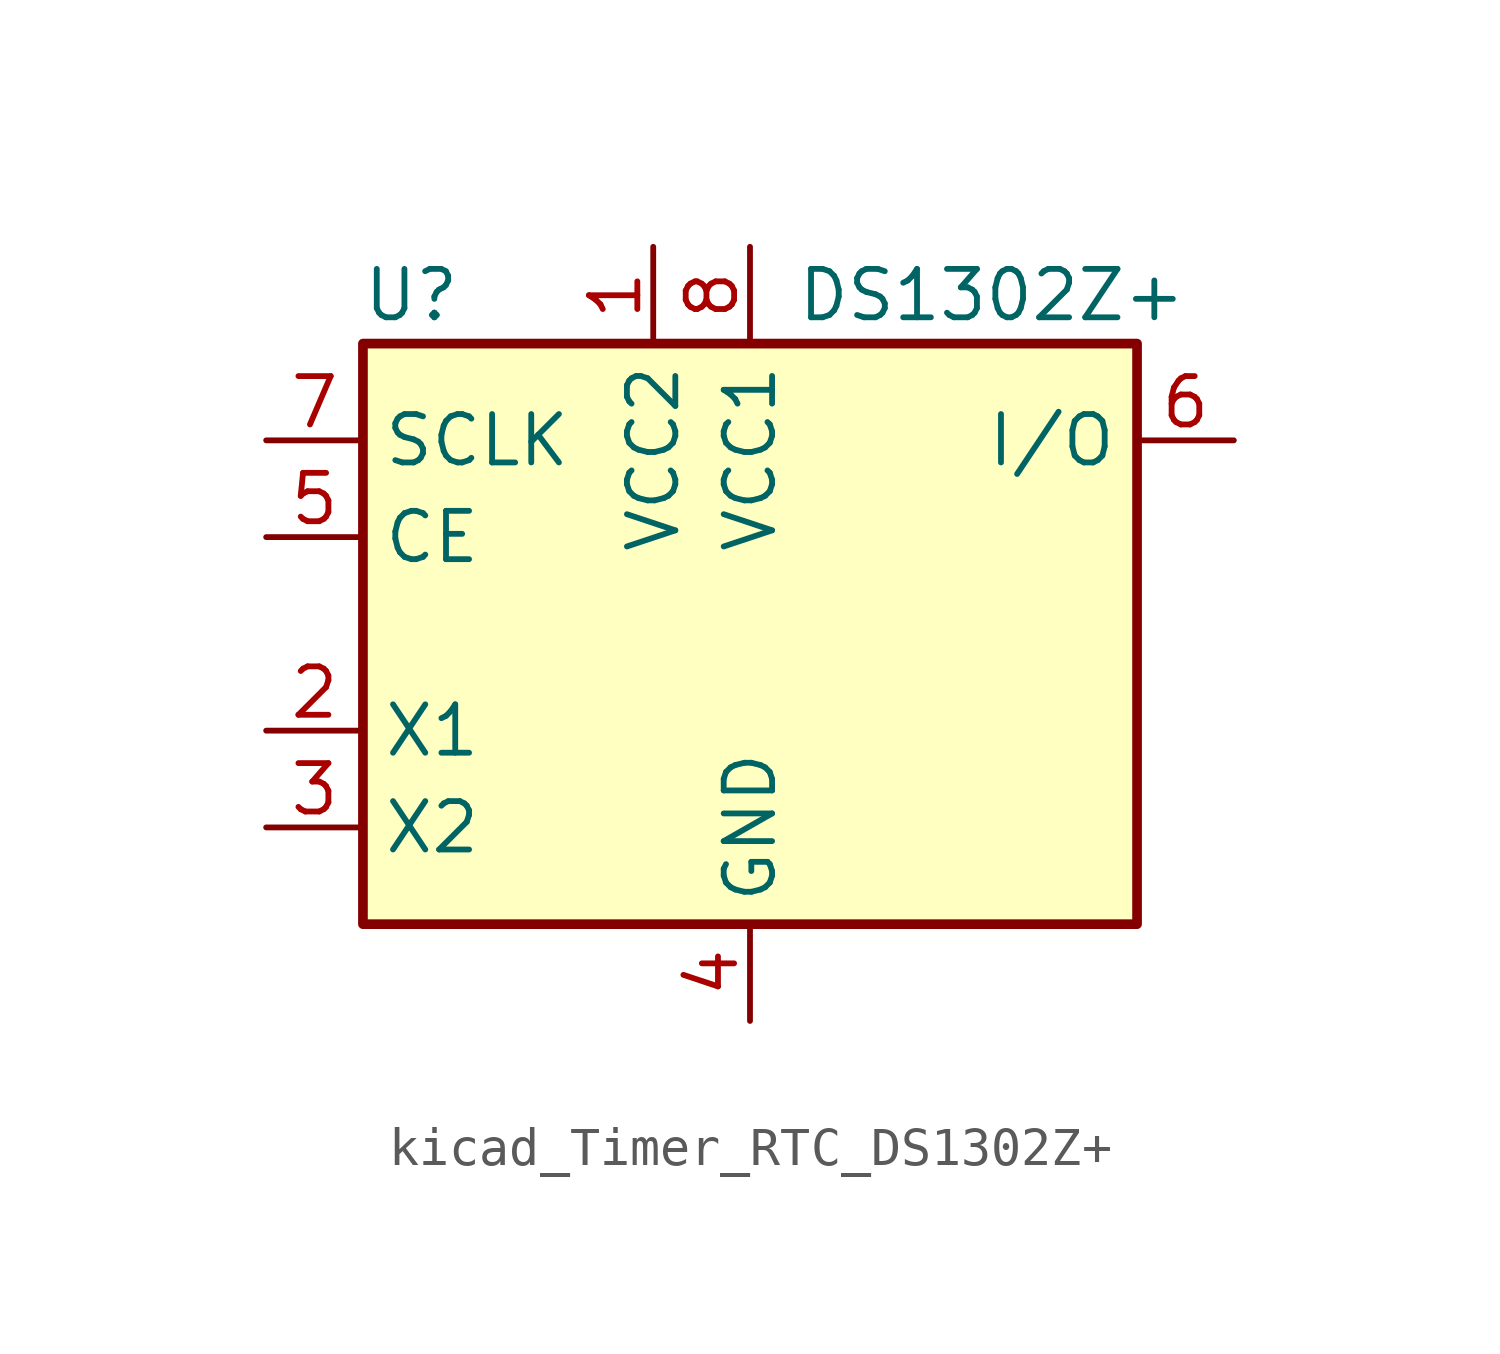
<source format=kicad_sym>
(kicad_symbol_lib
  (version 20220914)
  (generator kicad_symbol_editor)
  (symbol "kicad_Timer_RTC_DS1302Z+"
    (property "Reference" "U"
      (at -8.89 8.89 0)
      (effects (font (size 1.27 1.27))))
    (property "Value" "DS1302Z+"
      (at 6.35 8.89 0)
      (effects (font (size 1.27 1.27))))
    (symbol "kicad_Timer_RTC_DS1302Z+_1_1"
      (rectangle (start -10.16 7.62) (end 10.16 -7.62) (stroke (width 0.254) (type default)) (fill (type background)))
      (pin power_in line (at -2.54 10.16 270) (length 2.54) (name "VCC2" (effects (font (size 1.27 1.27)))) (number "1" (effects (font (size 1.27 1.27)))))
      (pin input line (at -12.7 -2.54 0) (length 2.54) (name "X1" (effects (font (size 1.27 1.27)))) (number "2" (effects (font (size 1.27 1.27)))))
      (pin input line (at -12.7 -5.08 0) (length 2.54) (name "X2" (effects (font (size 1.27 1.27)))) (number "3" (effects (font (size 1.27 1.27)))))
      (pin power_in line (at 0 -10.16 90) (length 2.54) (name "GND" (effects (font (size 1.27 1.27)))) (number "4" (effects (font (size 1.27 1.27)))))
      (pin input line (at -12.7 2.54 0) (length 2.54) (name "CE" (effects (font (size 1.27 1.27)))) (number "5" (effects (font (size 1.27 1.27)))))
      (pin bidirectional line (at 12.7 5.08 180) (length 2.54) (name "I/O" (effects (font (size 1.27 1.27)))) (number "6" (effects (font (size 1.27 1.27)))))
      (pin input line (at -12.7 5.08 0) (length 2.54) (name "SCLK" (effects (font (size 1.27 1.27)))) (number "7" (effects (font (size 1.27 1.27)))))
      (pin power_in line (at 0 10.16 270) (length 2.54) (name "VCC1" (effects (font (size 1.27 1.27)))) (number "8" (effects (font (size 1.27 1.27))))))))
</source>
